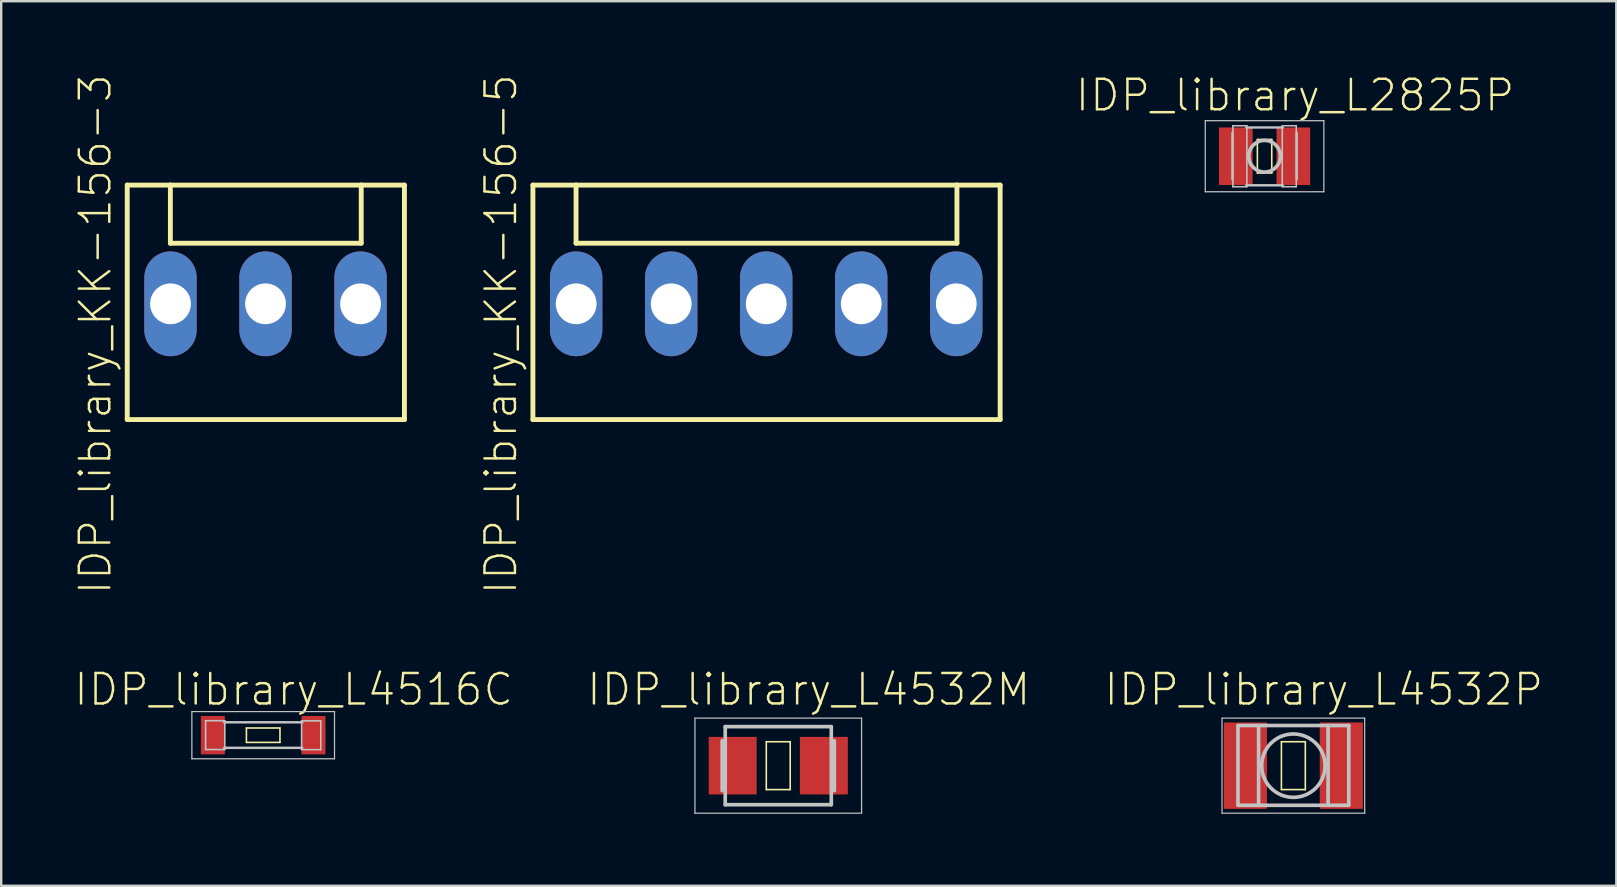
<source format=kicad_pcb>
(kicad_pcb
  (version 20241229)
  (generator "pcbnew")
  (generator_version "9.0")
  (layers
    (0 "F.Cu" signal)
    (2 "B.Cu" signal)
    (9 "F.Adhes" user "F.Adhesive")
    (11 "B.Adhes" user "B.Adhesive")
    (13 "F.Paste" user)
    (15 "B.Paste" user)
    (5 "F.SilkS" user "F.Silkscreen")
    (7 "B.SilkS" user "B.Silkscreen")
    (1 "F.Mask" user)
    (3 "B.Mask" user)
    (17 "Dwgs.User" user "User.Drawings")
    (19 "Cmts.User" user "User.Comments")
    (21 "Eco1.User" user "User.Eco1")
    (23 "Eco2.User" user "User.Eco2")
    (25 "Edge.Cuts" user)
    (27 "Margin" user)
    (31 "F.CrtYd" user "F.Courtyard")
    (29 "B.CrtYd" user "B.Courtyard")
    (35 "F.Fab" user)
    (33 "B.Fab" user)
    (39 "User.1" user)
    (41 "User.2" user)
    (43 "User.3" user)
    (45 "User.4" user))
  (footprint "IDP_library_L4532P"
    (layer "F.Cu")
    (at 50.849 28.858)
    (property "Reference" "IDP_library_L4532P" (at 1.27 -3.175 0) (layer "F.SilkS") (effects (font (size 1.27 1.27) (thickness 0.102))))
    (attr smd)
    (fp_line (start -0.498 -0.998) (end 0.498 -0.998) (stroke (width 0.066) (type solid)) (layer "F.SilkS"))
    (fp_line (start -0.498 0.998) (end -0.498 -0.998) (stroke (width 0.066) (type solid)) (layer "F.SilkS"))
    (fp_line (start -0.498 0.998) (end 0.498 0.998) (stroke (width 0.066) (type solid)) (layer "F.SilkS"))
    (fp_line (start 0.498 0.998) (end 0.498 -0.998) (stroke (width 0.066) (type solid)) (layer "F.SilkS"))
    (fp_line (start -2.972 -1.981) (end 2.972 -1.981) (stroke (width 0.051) (type solid)) (layer "Dwgs.User"))
    (fp_line (start -2.972 1.981) (end -2.972 -1.981) (stroke (width 0.051) (type solid)) (layer "Dwgs.User"))
    (fp_line (start -2.309 -1.674) (end 2.309 -1.674) (stroke (width 0.152) (type solid)) (layer "Dwgs.User"))
    (fp_line (start -2.309 -1.626) (end -2.309 1.626) (stroke (width 0.152) (type solid)) (layer "Dwgs.User"))
    (fp_line (start -2.309 1.651) (end 2.309 1.651) (stroke (width 0.152) (type solid)) (layer "Dwgs.User"))
    (fp_line (start -1.448 -1.651) (end -1.448 1.626) (stroke (width 0.152) (type solid)) (layer "Dwgs.User"))
    (fp_line (start 1.448 -1.626) (end 1.448 1.626) (stroke (width 0.152) (type solid)) (layer "Dwgs.User"))
    (fp_line (start 2.309 -1.674) (end 2.309 1.626) (stroke (width 0.152) (type solid)) (layer "Dwgs.User"))
    (fp_line (start 2.972 -1.981) (end 2.972 1.981) (stroke (width 0.051) (type solid)) (layer "Dwgs.User"))
    (fp_line (start 2.972 1.981) (end -2.972 1.981) (stroke (width 0.051) (type solid)) (layer "Dwgs.User"))
    (fp_circle (center 0 0) (end 0 -1.321) (stroke (width 0.152) (type solid)) (fill no) (layer "Dwgs.User"))
    (pad "1" smd rect (at -1.999 0) (size 1.798 3.599) (layers "F.Cu" "F.Mask" "F.Paste"))
    (pad "2" smd rect (at 1.999 0) (size 1.798 3.599) (layers "F.Cu" "F.Mask" "F.Paste")))
  (footprint "IDP_library_KK-156-3"
    (layer "F.Cu")
    (at 8.015 9.611)
    (property "Reference" "IDP_library_KK-156-3" (at -7.094 1.27 90) (layer "F.SilkS") (effects (font (size 1.27 1.27) (thickness 0.102))))
    (attr exclude_from_pos_files exclude_from_bom)
    (fp_line (start -5.763 -4.948) (end -5.763 4.823) (stroke (width 0.203) (type solid)) (layer "F.SilkS"))
    (fp_line (start -5.763 4.823) (end 5.789 4.823) (stroke (width 0.203) (type solid)) (layer "F.SilkS"))
    (fp_line (start -3.965 -4.948) (end -5.763 -4.948) (stroke (width 0.203) (type solid)) (layer "F.SilkS"))
    (fp_line (start -3.965 -2.525) (end -3.965 -4.948) (stroke (width 0.203) (type solid)) (layer "F.SilkS"))
    (fp_line (start -3.965 -2.525) (end 3.988 -2.525) (stroke (width 0.203) (type solid)) (layer "F.SilkS"))
    (fp_line (start 3.988 -4.948) (end -3.965 -4.948) (stroke (width 0.203) (type solid)) (layer "F.SilkS"))
    (fp_line (start 3.988 -2.525) (end 3.988 -4.948) (stroke (width 0.203) (type solid)) (layer "F.SilkS"))
    (fp_line (start 5.789 -4.948) (end 3.988 -4.948) (stroke (width 0.203) (type solid)) (layer "F.SilkS"))
    (fp_line (start 5.789 4.823) (end 5.789 -4.948) (stroke (width 0.203) (type solid)) (layer "F.SilkS"))
    (pad "1" thru_hole oval (at -3.96 0 180) (size 2.182 4.366) (drill 1.699) (layers "*.Cu" "*.Paste" "*.Mask"))
    (pad "2" thru_hole oval (at 0 0 180) (size 2.182 4.366) (drill 1.699) (layers "*.Cu" "*.Paste" "*.Mask"))
    (pad "3" thru_hole oval (at 3.96 0 180) (size 2.182 4.366) (drill 1.699) (layers "*.Cu" "*.Paste" "*.Mask")))
  (footprint "IDP_library_KK-156-5"
    (layer "F.Cu")
    (at 28.881 9.611)
    (property "Reference" "IDP_library_KK-156-5" (at -11.054 1.27 90) (layer "F.SilkS") (effects (font (size 1.27 1.27) (thickness 0.102))))
    (attr exclude_from_pos_files exclude_from_bom)
    (fp_line (start -9.723 -4.948) (end -9.723 4.823) (stroke (width 0.203) (type solid)) (layer "F.SilkS"))
    (fp_line (start -9.723 4.823) (end 9.749 4.823) (stroke (width 0.203) (type solid)) (layer "F.SilkS"))
    (fp_line (start -7.925 -4.948) (end -9.723 -4.948) (stroke (width 0.203) (type solid)) (layer "F.SilkS"))
    (fp_line (start -7.925 -2.525) (end -7.925 -4.948) (stroke (width 0.203) (type solid)) (layer "F.SilkS"))
    (fp_line (start -7.925 -2.525) (end 7.948 -2.525) (stroke (width 0.203) (type solid)) (layer "F.SilkS"))
    (fp_line (start 7.948 -4.948) (end -7.925 -4.948) (stroke (width 0.203) (type solid)) (layer "F.SilkS"))
    (fp_line (start 7.948 -2.525) (end 7.948 -4.948) (stroke (width 0.203) (type solid)) (layer "F.SilkS"))
    (fp_line (start 9.749 -4.948) (end 7.948 -4.948) (stroke (width 0.203) (type solid)) (layer "F.SilkS"))
    (fp_line (start 9.749 4.823) (end 9.749 -4.948) (stroke (width 0.203) (type solid)) (layer "F.SilkS"))
    (pad "1" thru_hole oval (at -7.92 0 180) (size 2.182 4.366) (drill 1.699) (layers "*.Cu" "*.Paste" "*.Mask"))
    (pad "2" thru_hole oval (at -3.96 0 180) (size 2.182 4.366) (drill 1.699) (layers "*.Cu" "*.Paste" "*.Mask"))
    (pad "3" thru_hole oval (at 0 0 180) (size 2.182 4.366) (drill 1.699) (layers "*.Cu" "*.Paste" "*.Mask"))
    (pad "4" thru_hole oval (at 3.96 0 180) (size 2.182 4.366) (drill 1.699) (layers "*.Cu" "*.Paste" "*.Mask"))
    (pad "5" thru_hole oval (at 7.92 0 180) (size 2.182 4.366) (drill 1.699) (layers "*.Cu" "*.Paste" "*.Mask")))
  (footprint "IDP_library_L4516C"
    (layer "F.Cu")
    (at 7.918 27.588)
    (property "Reference" "IDP_library_L4516C" (at 1.27 -1.905 0) (layer "F.SilkS") (effects (font (size 1.27 1.27) (thickness 0.102))))
    (attr smd)
    (fp_line (start -0.699 -0.3) (end 0.699 -0.3) (stroke (width 0.066) (type solid)) (layer "F.SilkS"))
    (fp_line (start -0.699 0.3) (end -0.699 -0.3) (stroke (width 0.066) (type solid)) (layer "F.SilkS"))
    (fp_line (start -0.699 0.3) (end 0.699 0.3) (stroke (width 0.066) (type solid)) (layer "F.SilkS"))
    (fp_line (start 0.699 0.3) (end 0.699 -0.3) (stroke (width 0.066) (type solid)) (layer "F.SilkS"))
    (fp_line (start -2.972 -0.983) (end 2.972 -0.983) (stroke (width 0.051) (type solid)) (layer "Dwgs.User"))
    (fp_line (start -2.972 0.983) (end -2.972 -0.983) (stroke (width 0.051) (type solid)) (layer "Dwgs.User"))
    (fp_line (start -2.4 -0.602) (end -1.6 -0.602) (stroke (width 0.066) (type solid)) (layer "Dwgs.User"))
    (fp_line (start -2.4 0.597) (end -2.4 -0.602) (stroke (width 0.066) (type solid)) (layer "Dwgs.User"))
    (fp_line (start -2.4 0.597) (end -1.6 0.597) (stroke (width 0.066) (type solid)) (layer "Dwgs.User"))
    (fp_line (start -1.626 -0.538) (end 1.626 -0.538) (stroke (width 0.102) (type solid)) (layer "Dwgs.User"))
    (fp_line (start -1.626 0.526) (end 1.626 0.526) (stroke (width 0.102) (type solid)) (layer "Dwgs.User"))
    (fp_line (start -1.6 0.597) (end -1.6 -0.602) (stroke (width 0.066) (type solid)) (layer "Dwgs.User"))
    (fp_line (start 1.6 -0.597) (end 2.4 -0.597) (stroke (width 0.066) (type solid)) (layer "Dwgs.User"))
    (fp_line (start 1.6 0.602) (end 1.6 -0.597) (stroke (width 0.066) (type solid)) (layer "Dwgs.User"))
    (fp_line (start 1.6 0.602) (end 2.4 0.602) (stroke (width 0.066) (type solid)) (layer "Dwgs.User"))
    (fp_line (start 2.4 0.602) (end 2.4 -0.597) (stroke (width 0.066) (type solid)) (layer "Dwgs.User"))
    (fp_line (start 2.972 -0.983) (end 2.972 0.983) (stroke (width 0.051) (type solid)) (layer "Dwgs.User"))
    (fp_line (start 2.972 0.983) (end -2.972 0.983) (stroke (width 0.051) (type solid)) (layer "Dwgs.User"))
    (pad "1" smd rect (at -2.098 0) (size 0.998 1.598) (layers "F.Cu" "F.Mask" "F.Paste"))
    (pad "2" smd rect (at 2.098 0) (size 0.998 1.598) (layers "F.Cu" "F.Mask" "F.Paste")))
  (footprint "IDP_library_L4532M"
    (layer "F.Cu")
    (at 29.383 28.858)
    (property "Reference" "IDP_library_L4532M" (at 1.27 -3.175 0) (layer "F.SilkS") (effects (font (size 1.27 1.27) (thickness 0.102))))
    (attr smd)
    (fp_line (start -0.498 -0.998) (end 0.498 -0.998) (stroke (width 0.066) (type solid)) (layer "F.SilkS"))
    (fp_line (start -0.498 0.998) (end -0.498 -0.998) (stroke (width 0.066) (type solid)) (layer "F.SilkS"))
    (fp_line (start -0.498 0.998) (end 0.498 0.998) (stroke (width 0.066) (type solid)) (layer "F.SilkS"))
    (fp_line (start 0.498 0.998) (end 0.498 -0.998) (stroke (width 0.066) (type solid)) (layer "F.SilkS"))
    (fp_line (start -3.472 -1.981) (end 3.472 -1.981) (stroke (width 0.051) (type solid)) (layer "Dwgs.User"))
    (fp_line (start -3.472 1.981) (end -3.472 -1.981) (stroke (width 0.051) (type solid)) (layer "Dwgs.User"))
    (fp_line (start -2.337 -1.039) (end -2.337 1.039) (stroke (width 0.152) (type solid)) (layer "Dwgs.User"))
    (fp_line (start -2.21 -1.626) (end -2.21 1.626) (stroke (width 0.152) (type solid)) (layer "Dwgs.User"))
    (fp_line (start -2.21 1.626) (end 2.21 1.626) (stroke (width 0.152) (type solid)) (layer "Dwgs.User"))
    (fp_line (start 2.21 -1.626) (end -2.21 -1.626) (stroke (width 0.152) (type solid)) (layer "Dwgs.User"))
    (fp_line (start 2.21 -1.626) (end 2.21 1.626) (stroke (width 0.152) (type solid)) (layer "Dwgs.User"))
    (fp_line (start 2.337 -1.039) (end 2.337 1.039) (stroke (width 0.152) (type solid)) (layer "Dwgs.User"))
    (fp_line (start 3.472 -1.981) (end 3.472 1.981) (stroke (width 0.051) (type solid)) (layer "Dwgs.User"))
    (fp_line (start 3.472 1.981) (end -3.472 1.981) (stroke (width 0.051) (type solid)) (layer "Dwgs.User"))
    (pad "1" smd rect (at -1.9 0) (size 1.999 2.398) (layers "F.Cu" "F.Mask" "F.Paste"))
    (pad "2" smd rect (at 1.9 0) (size 1.999 2.398) (layers "F.Cu" "F.Mask" "F.Paste")))
  (footprint "IDP_library_L2825P"
    (layer "F.Cu")
    (at 49.649 3.461)
    (property "Reference" "IDP_library_L2825P" (at 1.27 -2.54 0) (layer "F.SilkS") (effects (font (size 1.27 1.27) (thickness 0.102))))
    (attr smd)
    (fp_line (start -0.3 -0.699) (end 0.3 -0.699) (stroke (width 0.066) (type solid)) (layer "F.SilkS"))
    (fp_line (start -0.3 0.699) (end -0.3 -0.699) (stroke (width 0.066) (type solid)) (layer "F.SilkS"))
    (fp_line (start -0.3 0.699) (end 0.3 0.699) (stroke (width 0.066) (type solid)) (layer "F.SilkS"))
    (fp_line (start 0.3 0.699) (end 0.3 -0.699) (stroke (width 0.066) (type solid)) (layer "F.SilkS"))
    (fp_line (start -2.471 -1.481) (end 2.471 -1.481) (stroke (width 0.051) (type solid)) (layer "Dwgs.User"))
    (fp_line (start -2.471 1.481) (end -2.471 -1.481) (stroke (width 0.051) (type solid)) (layer "Dwgs.User"))
    (fp_line (start -1.339 -0.963) (end -1.339 0.963) (stroke (width 0.102) (type solid)) (layer "Dwgs.User"))
    (fp_line (start -1.321 -1.27) (end -0.737 -1.27) (stroke (width 0.066) (type solid)) (layer "Dwgs.User"))
    (fp_line (start -1.321 1.27) (end -1.321 -1.27) (stroke (width 0.066) (type solid)) (layer "Dwgs.User"))
    (fp_line (start -1.321 1.27) (end -0.737 1.27) (stroke (width 0.066) (type solid)) (layer "Dwgs.User"))
    (fp_line (start -0.762 -1.199) (end 0.762 -1.199) (stroke (width 0.102) (type solid)) (layer "Dwgs.User"))
    (fp_line (start -0.762 1.212) (end 0.762 1.212) (stroke (width 0.102) (type solid)) (layer "Dwgs.User"))
    (fp_line (start -0.737 1.27) (end -0.737 -1.27) (stroke (width 0.066) (type solid)) (layer "Dwgs.User"))
    (fp_line (start 0.737 -1.27) (end 1.321 -1.27) (stroke (width 0.066) (type solid)) (layer "Dwgs.User"))
    (fp_line (start 0.737 1.27) (end 0.737 -1.27) (stroke (width 0.066) (type solid)) (layer "Dwgs.User"))
    (fp_line (start 0.737 1.27) (end 1.321 1.27) (stroke (width 0.066) (type solid)) (layer "Dwgs.User"))
    (fp_line (start 1.321 1.27) (end 1.321 -1.27) (stroke (width 0.066) (type solid)) (layer "Dwgs.User"))
    (fp_line (start 1.339 0.963) (end 1.339 -0.963) (stroke (width 0.102) (type solid)) (layer "Dwgs.User"))
    (fp_line (start 2.471 -1.481) (end 2.471 1.481) (stroke (width 0.051) (type solid)) (layer "Dwgs.User"))
    (fp_line (start 2.471 1.481) (end -2.471 1.481) (stroke (width 0.051) (type solid)) (layer "Dwgs.User"))
    (fp_circle (center 0 0) (end 0 -0.66) (stroke (width 0.152) (type solid)) (fill no) (layer "Dwgs.User"))
    (pad "1" smd rect (at -1.199 0) (size 1.4 2.398) (layers "F.Cu" "F.Mask" "F.Paste"))
    (pad "2" smd rect (at 1.199 0) (size 1.4 2.398) (layers "F.Cu" "F.Mask" "F.Paste")))
  (gr_rect
    (start -3 -3)
    (end 64.307 33.865)
    (stroke (width 0.1) (type default))
    (fill no)
    (layer "Edge.Cuts")))
</source>
